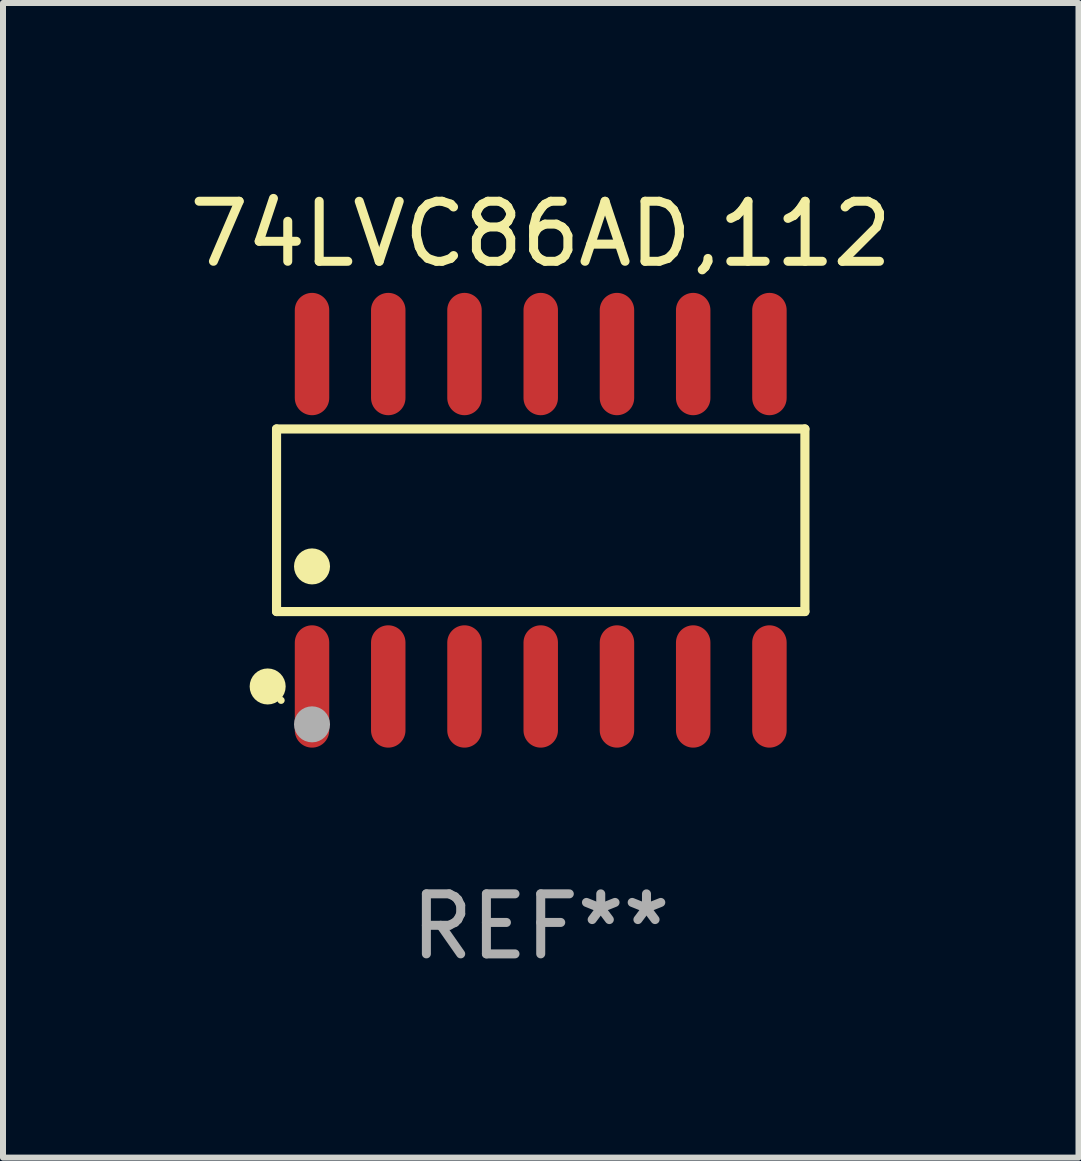
<source format=kicad_pcb>
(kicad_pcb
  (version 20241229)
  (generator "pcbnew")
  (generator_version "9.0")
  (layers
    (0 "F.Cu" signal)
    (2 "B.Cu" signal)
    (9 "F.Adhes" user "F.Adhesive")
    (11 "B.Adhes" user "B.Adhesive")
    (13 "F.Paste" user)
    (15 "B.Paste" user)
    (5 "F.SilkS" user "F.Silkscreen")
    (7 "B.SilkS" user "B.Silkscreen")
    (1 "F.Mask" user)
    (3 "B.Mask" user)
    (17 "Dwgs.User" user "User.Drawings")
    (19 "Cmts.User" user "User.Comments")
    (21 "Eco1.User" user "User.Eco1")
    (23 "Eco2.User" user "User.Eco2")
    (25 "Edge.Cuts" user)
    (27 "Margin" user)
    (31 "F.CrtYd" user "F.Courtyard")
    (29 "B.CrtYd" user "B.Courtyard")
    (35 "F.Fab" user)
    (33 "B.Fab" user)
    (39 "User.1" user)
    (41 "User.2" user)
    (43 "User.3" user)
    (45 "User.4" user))
  (footprint "74LVC86AD,112"
    (layer "F.Cu")
    (at 5.958 5.617)
    (property "Reference" "74LVC86AD,112" (at 0 -4.769 0) (layer "F.SilkS") (effects (font (size 1 1) (thickness 0.15))))
    (attr through_hole)
    (fp_line (start -4.401 -1.521) (end 4.401 -1.521) (stroke (width 0.152) (type solid)) (layer "F.SilkS"))
    (fp_line (start -4.401 1.521) (end -4.401 -1.521) (stroke (width 0.152) (type solid)) (layer "F.SilkS"))
    (fp_line (start 4.401 -1.521) (end 4.401 1.521) (stroke (width 0.152) (type solid)) (layer "F.SilkS"))
    (fp_line (start 4.401 1.521) (end -4.401 1.521) (stroke (width 0.152) (type solid)) (layer "F.SilkS"))
    (fp_circle (center -4.549 2.769) (end -4.399 2.769) (stroke (width 0.3) (type solid)) (fill no) (layer "F.SilkS"))
    (fp_circle (center -4.325 3) (end -4.295 3) (stroke (width 0.06) (type solid)) (fill no) (layer "F.SilkS"))
    (fp_circle (center -3.81 0.769) (end -3.66 0.769) (stroke (width 0.3) (type solid)) (fill no) (layer "F.SilkS"))
    (fp_circle (center -3.81 3.4) (end -3.66 3.4) (stroke (width 0.3) (type solid)) (fill no) (layer "F.Fab"))
    (fp_text user "REF**" (at 0 6.769 0) (layer "F.Fab") (effects (font (size 1 1) (thickness 0.15))))
    (pad "1" smd oval (at -3.81 2.769) (size 0.574 2.038) (layers "F.Cu" "F.Mask" "F.Paste"))
    (pad "2" smd oval (at -2.54 2.769) (size 0.574 2.038) (layers "F.Cu" "F.Mask" "F.Paste"))
    (pad "3" smd oval (at -1.27 2.769) (size 0.574 2.038) (layers "F.Cu" "F.Mask" "F.Paste"))
    (pad "4" smd oval (at 0 2.769) (size 0.574 2.038) (layers "F.Cu" "F.Mask" "F.Paste"))
    (pad "5" smd oval (at 1.27 2.769) (size 0.574 2.038) (layers "F.Cu" "F.Mask" "F.Paste"))
    (pad "6" smd oval (at 2.54 2.769) (size 0.574 2.038) (layers "F.Cu" "F.Mask" "F.Paste"))
    (pad "7" smd oval (at 3.81 2.769) (size 0.574 2.038) (layers "F.Cu" "F.Mask" "F.Paste"))
    (pad "8" smd oval (at 3.81 -2.769) (size 0.574 2.038) (layers "F.Cu" "F.Mask" "F.Paste"))
    (pad "9" smd oval (at 2.54 -2.769) (size 0.574 2.038) (layers "F.Cu" "F.Mask" "F.Paste"))
    (pad "10" smd oval (at 1.27 -2.769) (size 0.574 2.038) (layers "F.Cu" "F.Mask" "F.Paste"))
    (pad "11" smd oval (at 0 -2.769) (size 0.574 2.038) (layers "F.Cu" "F.Mask" "F.Paste"))
    (pad "12" smd oval (at -1.27 -2.769) (size 0.574 2.038) (layers "F.Cu" "F.Mask" "F.Paste"))
    (pad "13" smd oval (at -2.54 -2.769) (size 0.574 2.038) (layers "F.Cu" "F.Mask" "F.Paste"))
    (pad "14" smd oval (at -3.81 -2.769) (size 0.574 2.038) (layers "F.Cu" "F.Mask" "F.Paste")))
  (gr_rect
    (start -3 -3)
    (end 14.917 16.235)
    (stroke (width 0.1) (type default))
    (fill no)
    (layer "Edge.Cuts")))
</source>
